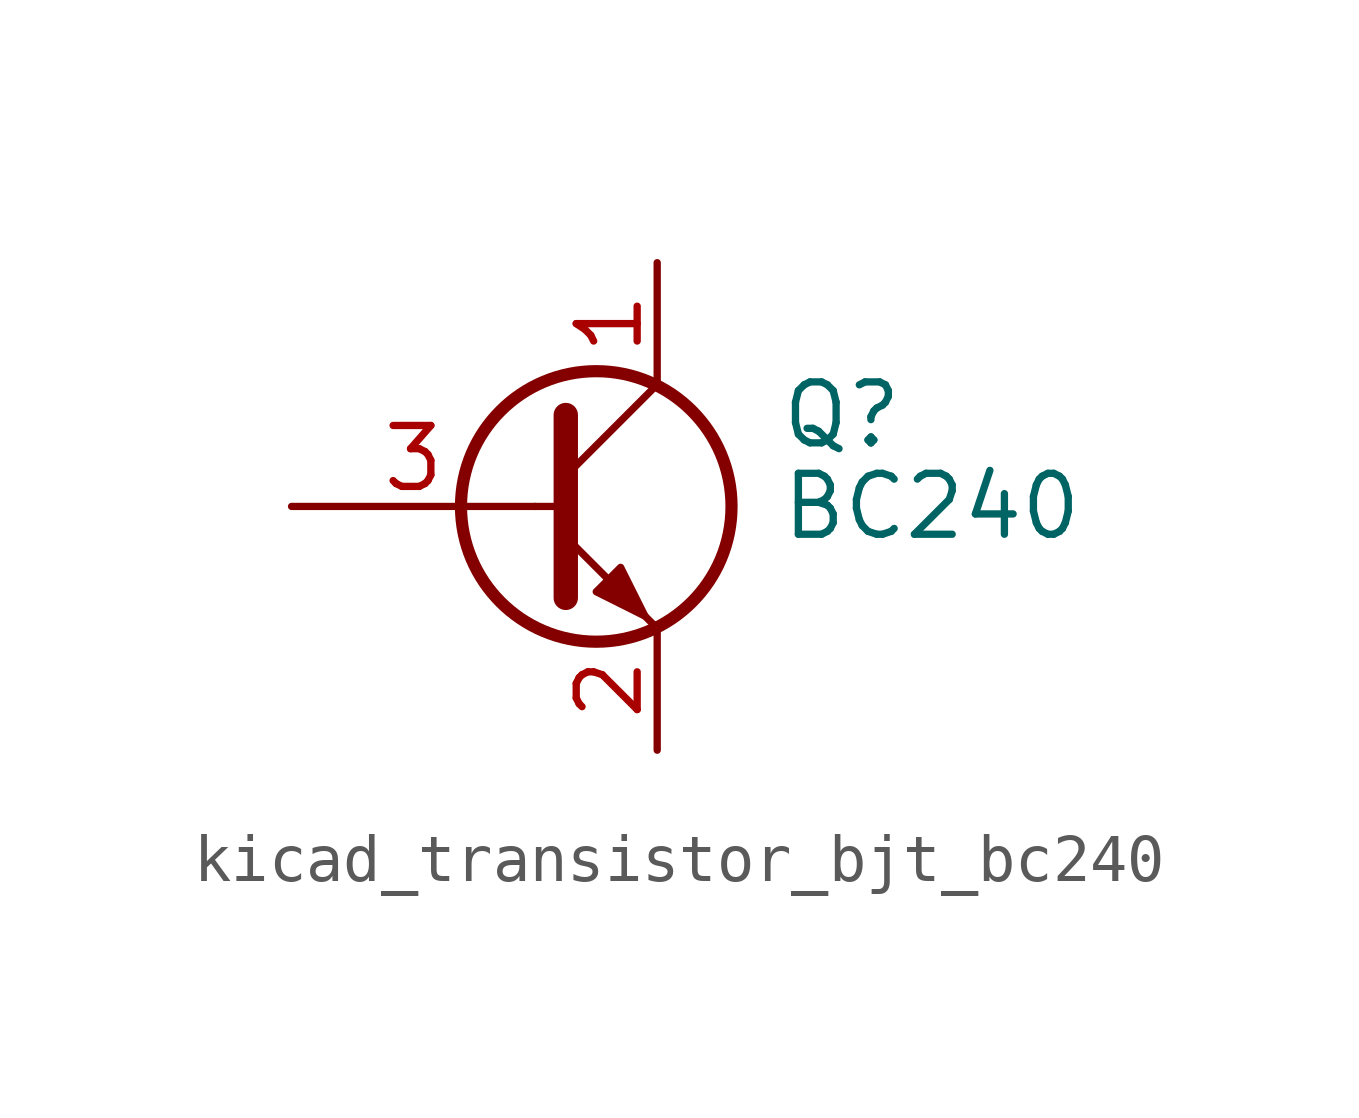
<source format=kicad_sym>
(kicad_symbol_lib
  (version 20220914)
  (generator kicad_symbol_editor)
  (symbol "kicad_transistor_bjt_bc240"
    (pin_names
      (offset 0) hide)
    (property "Reference" "Q"
      (at 5.08 1.905 0)
      (effects (font (size 1.27 1.27)) (justify left)))
    (property "Value" "BC240"
      (at 5.08 0 0)
      (effects (font (size 1.27 1.27)) (justify left)))
    (symbol "kicad_transistor_bjt_bc240_0_1"
      (polyline (pts (xy 0 0) (xy 0.635 0)) (stroke (width 0) (type default)) (fill (type none)))
      (polyline (pts (xy 0.635 0.635) (xy 2.54 2.54)) (stroke (width 0) (type default)) (fill (type none)))
      (polyline (pts (xy 0.635 -0.635) (xy 2.54 -2.54) (xy 2.54 -2.54)) (stroke (width 0) (type default)) (fill (type none)))
      (polyline (pts (xy 0.635 1.905) (xy 0.635 -1.905) (xy 0.635 -1.905)) (stroke (width 0.508) (type default)) (fill (type none)))
      (polyline (pts (xy 1.27 -1.778) (xy 1.778 -1.27) (xy 2.286 -2.286) (xy 1.27 -1.778) (xy 1.27 -1.778)) (stroke (width 0) (type default)) (fill (type outline)))
      (circle (center 1.27 0) (radius 2.819) (stroke (width 0.254) (type default)) (fill (type none))))
    (symbol "kicad_transistor_bjt_bc240_1_1"
      (pin passive line (at 2.54 5.08 270) (length 2.54) (name "C" (effects (font (size 1.27 1.27)))) (number "1" (effects (font (size 1.27 1.27)))))
      (pin passive line (at 2.54 -5.08 90) (length 2.54) (name "E" (effects (font (size 1.27 1.27)))) (number "2" (effects (font (size 1.27 1.27)))))
      (pin input line (at -5.08 0 0) (length 5.08) (name "B" (effects (font (size 1.27 1.27)))) (number "3" (effects (font (size 1.27 1.27))))))))
</source>
